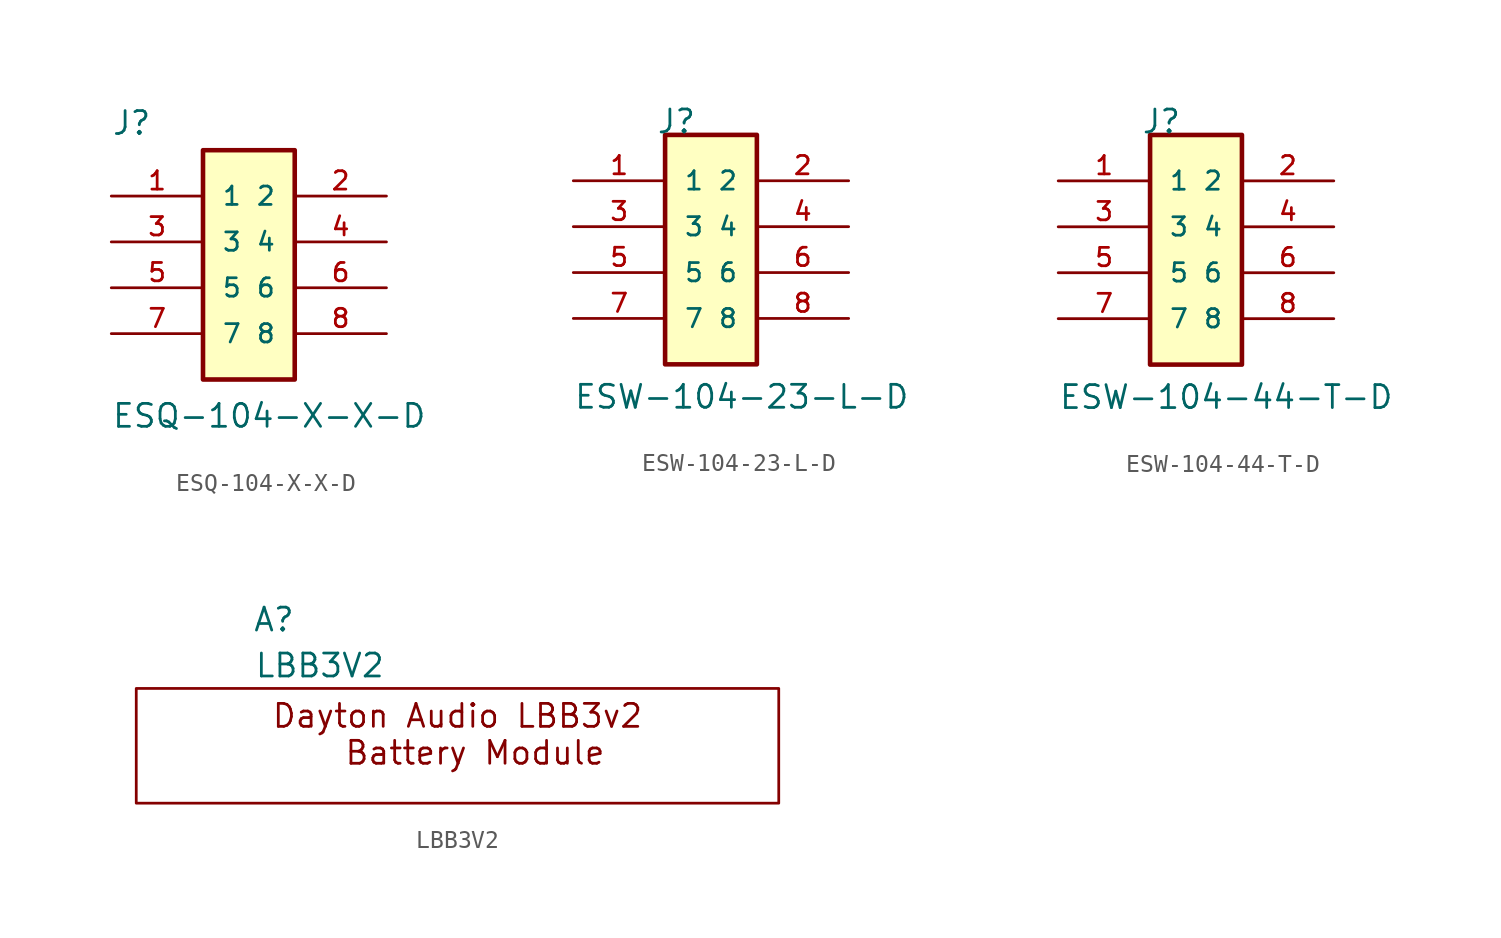
<source format=kicad_sym>
(kicad_symbol_lib
  (version 20220914)
  (generator kicad_symbol_editor)
  (symbol "ESQ-104-X-X-D"
    (pin_names
      (offset 1.016))
    (property "Reference" "J"
      (at -7.62 5.842 0)
      (effects (font (size 1.27 1.27)) (justify left bottom)))
    (property "Value" "ESQ-104-X-X-D"
      (at -7.62 -8.89 0)
      (effects (font (size 1.27 1.27)) (justify left top)))
    (symbol "ESQ-104-X-X-D_0_0"
      (rectangle (start -2.54 5.08) (end 2.54 -7.62) (stroke (width 0.254) (type default)) (fill (type background)))
      (pin passive line (at -7.62 2.54 0) (length 5.08) (name "1" (effects (font (size 1.016 1.016)))) (number "1" (effects (font (size 1.016 1.016)))))
      (pin passive line (at 7.62 2.54 180) (length 5.08) (name "2" (effects (font (size 1.016 1.016)))) (number "2" (effects (font (size 1.016 1.016)))))
      (pin passive line (at -7.62 0 0) (length 5.08) (name "3" (effects (font (size 1.016 1.016)))) (number "3" (effects (font (size 1.016 1.016)))))
      (pin passive line (at 7.62 0 180) (length 5.08) (name "4" (effects (font (size 1.016 1.016)))) (number "4" (effects (font (size 1.016 1.016)))))
      (pin passive line (at -7.62 -2.54 0) (length 5.08) (name "5" (effects (font (size 1.016 1.016)))) (number "5" (effects (font (size 1.016 1.016)))))
      (pin passive line (at 7.62 -2.54 180) (length 5.08) (name "6" (effects (font (size 1.016 1.016)))) (number "6" (effects (font (size 1.016 1.016)))))
      (pin passive line (at -7.62 -5.08 0) (length 5.08) (name "7" (effects (font (size 1.016 1.016)))) (number "7" (effects (font (size 1.016 1.016)))))
      (pin passive line (at 7.62 -5.08 180) (length 5.08) (name "8" (effects (font (size 1.016 1.016)))) (number "8" (effects (font (size 1.016 1.016)))))))
  (symbol "ESW-104-23-L-D"
    (pin_names
      (offset 1.016))
    (property "Reference" "J"
      (at -3.04 7.62 0)
      (effects (font (size 1.27 1.27)) (justify left bottom)))
    (property "Value" "ESW-104-23-L-D"
      (at -7.62 -7.62 0)
      (effects (font (size 1.27 1.27)) (justify left bottom)))
    (symbol "ESW-104-23-L-D_0_0"
      (rectangle (start -2.54 7.62) (end 2.54 -5.08) (stroke (width 0.254) (type default)) (fill (type background)))
      (pin passive line (at -7.62 5.08 0) (length 5.08) (name "1" (effects (font (size 1.016 1.016)))) (number "1" (effects (font (size 1.016 1.016)))))
      (pin passive line (at 7.62 5.08 180) (length 5.08) (name "2" (effects (font (size 1.016 1.016)))) (number "2" (effects (font (size 1.016 1.016)))))
      (pin passive line (at -7.62 2.54 0) (length 5.08) (name "3" (effects (font (size 1.016 1.016)))) (number "3" (effects (font (size 1.016 1.016)))))
      (pin passive line (at 7.62 2.54 180) (length 5.08) (name "4" (effects (font (size 1.016 1.016)))) (number "4" (effects (font (size 1.016 1.016)))))
      (pin passive line (at -7.62 0 0) (length 5.08) (name "5" (effects (font (size 1.016 1.016)))) (number "5" (effects (font (size 1.016 1.016)))))
      (pin passive line (at 7.62 0 180) (length 5.08) (name "6" (effects (font (size 1.016 1.016)))) (number "6" (effects (font (size 1.016 1.016)))))
      (pin passive line (at -7.62 -2.54 0) (length 5.08) (name "7" (effects (font (size 1.016 1.016)))) (number "7" (effects (font (size 1.016 1.016)))))
      (pin passive line (at 7.62 -2.54 180) (length 5.08) (name "8" (effects (font (size 1.016 1.016)))) (number "8" (effects (font (size 1.016 1.016)))))))
  (symbol "ESW-104-44-T-D"
    (pin_names
      (offset 1.016))
    (property "Reference" "J"
      (at -3.04 7.62 0)
      (effects (font (size 1.27 1.27)) (justify left bottom)))
    (property "Value" "ESW-104-44-T-D"
      (at -7.62 -7.62 0)
      (effects (font (size 1.27 1.27)) (justify left bottom)))
    (symbol "ESW-104-44-T-D_0_0"
      (rectangle (start -2.54 7.62) (end 2.54 -5.08) (stroke (width 0.254) (type default)) (fill (type background)))
      (pin passive line (at -7.62 5.08 0) (length 5.08) (name "1" (effects (font (size 1.016 1.016)))) (number "1" (effects (font (size 1.016 1.016)))))
      (pin passive line (at 7.62 5.08 180) (length 5.08) (name "2" (effects (font (size 1.016 1.016)))) (number "2" (effects (font (size 1.016 1.016)))))
      (pin passive line (at -7.62 2.54 0) (length 5.08) (name "3" (effects (font (size 1.016 1.016)))) (number "3" (effects (font (size 1.016 1.016)))))
      (pin passive line (at 7.62 2.54 180) (length 5.08) (name "4" (effects (font (size 1.016 1.016)))) (number "4" (effects (font (size 1.016 1.016)))))
      (pin passive line (at -7.62 0 0) (length 5.08) (name "5" (effects (font (size 1.016 1.016)))) (number "5" (effects (font (size 1.016 1.016)))))
      (pin passive line (at 7.62 0 180) (length 5.08) (name "6" (effects (font (size 1.016 1.016)))) (number "6" (effects (font (size 1.016 1.016)))))
      (pin passive line (at -7.62 -2.54 0) (length 5.08) (name "7" (effects (font (size 1.016 1.016)))) (number "7" (effects (font (size 1.016 1.016)))))
      (pin passive line (at 7.62 -2.54 180) (length 5.08) (name "8" (effects (font (size 1.016 1.016)))) (number "8" (effects (font (size 1.016 1.016)))))))
  (symbol "LBB3V2"
    (property "Reference" "A"
      (at -10.16 6.35 0)
      (effects (font (size 1.27 1.27))))
    (property "Value" "LBB3V2"
      (at -7.62 3.81 0)
      (effects (font (size 1.27 1.27))))
    (symbol "LBB3V2_0_1"
      (rectangle (start -17.78 2.54) (end 17.78 -3.81) (stroke (width 0) (type default)) (fill (type none))))
    (symbol "LBB3V2_1_1"
      (text "Dayton Audio LBB3v2\n  Battery Module" (at 0 0 0) (effects (font (size 1.27 1.27)))))))
</source>
